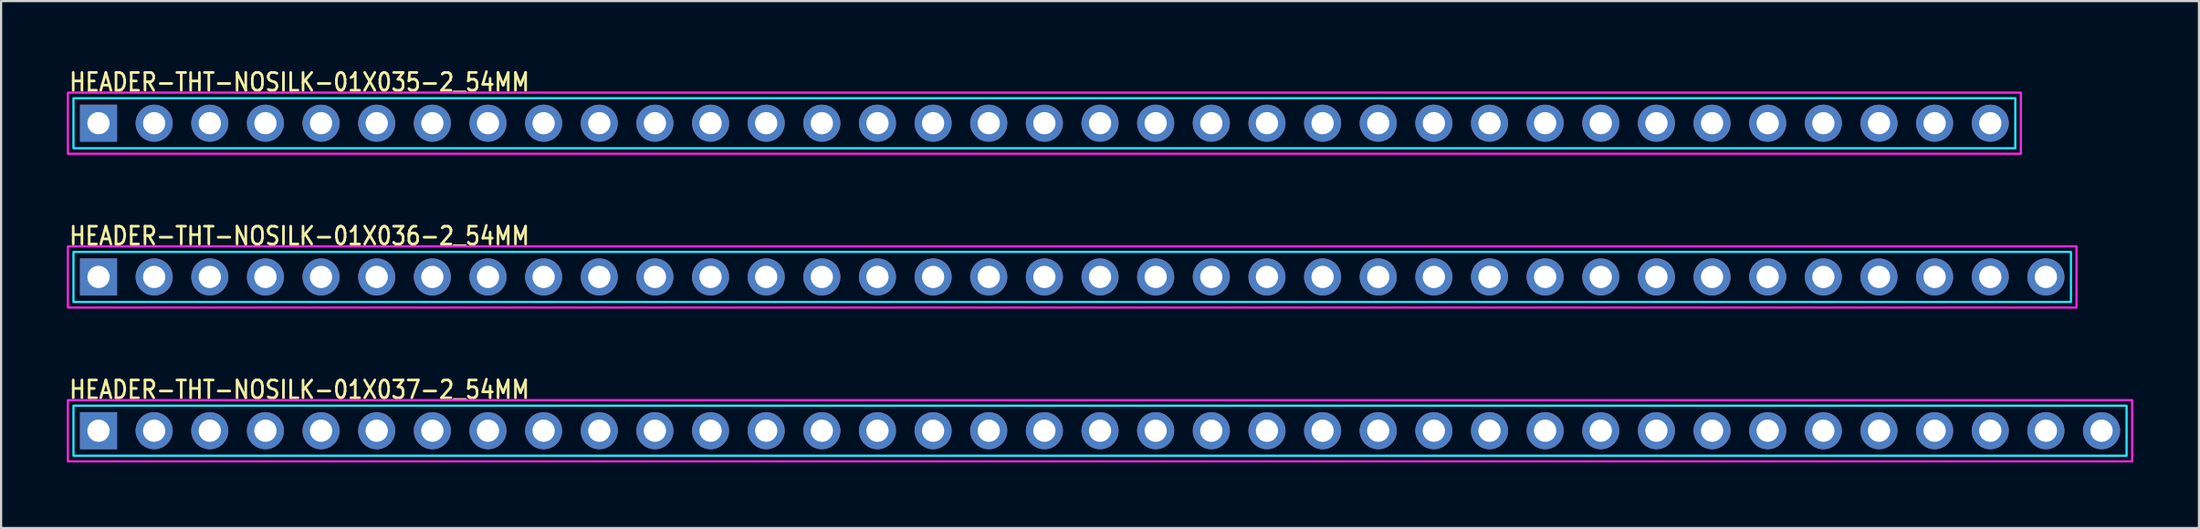
<source format=kicad_pcb>
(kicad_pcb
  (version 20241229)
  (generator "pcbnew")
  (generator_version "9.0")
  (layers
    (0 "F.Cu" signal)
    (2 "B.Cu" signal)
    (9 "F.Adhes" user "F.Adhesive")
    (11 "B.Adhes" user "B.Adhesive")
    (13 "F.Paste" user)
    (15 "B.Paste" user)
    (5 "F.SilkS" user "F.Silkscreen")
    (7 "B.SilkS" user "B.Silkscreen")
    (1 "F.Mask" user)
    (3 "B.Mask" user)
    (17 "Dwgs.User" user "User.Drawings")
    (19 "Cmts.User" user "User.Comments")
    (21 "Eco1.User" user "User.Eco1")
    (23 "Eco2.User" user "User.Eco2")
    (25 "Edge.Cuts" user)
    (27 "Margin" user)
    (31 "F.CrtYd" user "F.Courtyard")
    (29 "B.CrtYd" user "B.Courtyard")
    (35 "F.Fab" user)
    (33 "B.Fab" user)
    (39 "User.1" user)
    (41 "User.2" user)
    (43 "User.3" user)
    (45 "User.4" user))
  (footprint "HEADER-THT-NOSILK-01X036-2_54MM"
    (layer "F.Cu")
    (at 1.447 9.604)
    (property "Reference" "HEADER-THT-NOSILK-01X036-2_54MM" (at -1.4 -1.4 0) (unlocked yes) (layer "F.SilkS") (effects (font (size 0.813 0.695) (thickness 0.122)) (justify left bottom)))
    (fp_poly (pts (xy -1.143 -1.143) (xy 90.043 -1.143) (xy 90.043 1.143) (xy -1.143 1.143)) (stroke (width 0.1) (type solid)) (fill no) (layer "B.CrtYd"))
    (fp_poly (pts (xy -1.397 -1.397) (xy 90.297 -1.397) (xy 90.297 1.397) (xy -1.397 1.397)) (stroke (width 0.1) (type solid)) (fill no) (layer "F.CrtYd"))
    (pad "1" thru_hole rect (at 0 0) (size 1.693 1.693) (drill 1.016) (layers "*.Cu" "*.Mask"))
    (pad "2" thru_hole oval (at 2.54 0) (size 1.693 1.693) (drill 1.016) (layers "*.Cu" "*.Mask"))
    (pad "3" thru_hole oval (at 5.08 0) (size 1.693 1.693) (drill 1.016) (layers "*.Cu" "*.Mask"))
    (pad "4" thru_hole oval (at 7.62 0) (size 1.693 1.693) (drill 1.016) (layers "*.Cu" "*.Mask"))
    (pad "5" thru_hole oval (at 10.16 0) (size 1.693 1.693) (drill 1.016) (layers "*.Cu" "*.Mask"))
    (pad "6" thru_hole oval (at 12.7 0) (size 1.693 1.693) (drill 1.016) (layers "*.Cu" "*.Mask"))
    (pad "7" thru_hole oval (at 15.24 0) (size 1.693 1.693) (drill 1.016) (layers "*.Cu" "*.Mask"))
    (pad "8" thru_hole oval (at 17.78 0) (size 1.693 1.693) (drill 1.016) (layers "*.Cu" "*.Mask"))
    (pad "9" thru_hole oval (at 20.32 0) (size 1.693 1.693) (drill 1.016) (layers "*.Cu" "*.Mask"))
    (pad "10" thru_hole oval (at 22.86 0) (size 1.693 1.693) (drill 1.016) (layers "*.Cu" "*.Mask"))
    (pad "11" thru_hole oval (at 25.4 0) (size 1.693 1.693) (drill 1.016) (layers "*.Cu" "*.Mask"))
    (pad "12" thru_hole oval (at 27.94 0) (size 1.693 1.693) (drill 1.016) (layers "*.Cu" "*.Mask"))
    (pad "13" thru_hole oval (at 30.48 0) (size 1.693 1.693) (drill 1.016) (layers "*.Cu" "*.Mask"))
    (pad "14" thru_hole oval (at 33.02 0) (size 1.693 1.693) (drill 1.016) (layers "*.Cu" "*.Mask"))
    (pad "15" thru_hole oval (at 35.56 0) (size 1.693 1.693) (drill 1.016) (layers "*.Cu" "*.Mask"))
    (pad "16" thru_hole oval (at 38.1 0) (size 1.693 1.693) (drill 1.016) (layers "*.Cu" "*.Mask"))
    (pad "17" thru_hole oval (at 40.64 0) (size 1.693 1.693) (drill 1.016) (layers "*.Cu" "*.Mask"))
    (pad "18" thru_hole oval (at 43.18 0) (size 1.693 1.693) (drill 1.016) (layers "*.Cu" "*.Mask"))
    (pad "19" thru_hole oval (at 45.72 0) (size 1.693 1.693) (drill 1.016) (layers "*.Cu" "*.Mask"))
    (pad "20" thru_hole oval (at 48.26 0) (size 1.693 1.693) (drill 1.016) (layers "*.Cu" "*.Mask"))
    (pad "21" thru_hole oval (at 50.8 0) (size 1.693 1.693) (drill 1.016) (layers "*.Cu" "*.Mask"))
    (pad "22" thru_hole oval (at 53.34 0) (size 1.693 1.693) (drill 1.016) (layers "*.Cu" "*.Mask"))
    (pad "23" thru_hole oval (at 55.88 0) (size 1.693 1.693) (drill 1.016) (layers "*.Cu" "*.Mask"))
    (pad "24" thru_hole oval (at 58.42 0) (size 1.693 1.693) (drill 1.016) (layers "*.Cu" "*.Mask"))
    (pad "25" thru_hole oval (at 60.96 0) (size 1.693 1.693) (drill 1.016) (layers "*.Cu" "*.Mask"))
    (pad "26" thru_hole oval (at 63.5 0) (size 1.693 1.693) (drill 1.016) (layers "*.Cu" "*.Mask"))
    (pad "27" thru_hole oval (at 66.04 0) (size 1.693 1.693) (drill 1.016) (layers "*.Cu" "*.Mask"))
    (pad "28" thru_hole oval (at 68.58 0) (size 1.693 1.693) (drill 1.016) (layers "*.Cu" "*.Mask"))
    (pad "29" thru_hole oval (at 71.12 0) (size 1.693 1.693) (drill 1.016) (layers "*.Cu" "*.Mask"))
    (pad "30" thru_hole oval (at 73.66 0) (size 1.693 1.693) (drill 1.016) (layers "*.Cu" "*.Mask"))
    (pad "31" thru_hole oval (at 76.2 0) (size 1.693 1.693) (drill 1.016) (layers "*.Cu" "*.Mask"))
    (pad "32" thru_hole oval (at 78.74 0) (size 1.693 1.693) (drill 1.016) (layers "*.Cu" "*.Mask"))
    (pad "33" thru_hole oval (at 81.28 0) (size 1.693 1.693) (drill 1.016) (layers "*.Cu" "*.Mask"))
    (pad "34" thru_hole oval (at 83.82 0) (size 1.693 1.693) (drill 1.016) (layers "*.Cu" "*.Mask"))
    (pad "35" thru_hole oval (at 86.36 0) (size 1.693 1.693) (drill 1.016) (layers "*.Cu" "*.Mask"))
    (pad "36" thru_hole oval (at 88.9 0) (size 1.693 1.693) (drill 1.016) (layers "*.Cu" "*.Mask")))
  (footprint "HEADER-THT-NOSILK-01X035-2_54MM"
    (layer "F.Cu")
    (at 1.447 2.579)
    (property "Reference" "HEADER-THT-NOSILK-01X035-2_54MM" (at -1.4 -1.4 0) (unlocked yes) (layer "F.SilkS") (effects (font (size 0.813 0.695) (thickness 0.122)) (justify left bottom)))
    (fp_poly (pts (xy -1.143 -1.143) (xy 87.503 -1.143) (xy 87.503 1.143) (xy -1.143 1.143)) (stroke (width 0.1) (type solid)) (fill no) (layer "B.CrtYd"))
    (fp_poly (pts (xy -1.397 -1.397) (xy 87.757 -1.397) (xy 87.757 1.397) (xy -1.397 1.397)) (stroke (width 0.1) (type solid)) (fill no) (layer "F.CrtYd"))
    (pad "1" thru_hole rect (at 0 0) (size 1.693 1.693) (drill 1.016) (layers "*.Cu" "*.Mask"))
    (pad "2" thru_hole oval (at 2.54 0) (size 1.693 1.693) (drill 1.016) (layers "*.Cu" "*.Mask"))
    (pad "3" thru_hole oval (at 5.08 0) (size 1.693 1.693) (drill 1.016) (layers "*.Cu" "*.Mask"))
    (pad "4" thru_hole oval (at 7.62 0) (size 1.693 1.693) (drill 1.016) (layers "*.Cu" "*.Mask"))
    (pad "5" thru_hole oval (at 10.16 0) (size 1.693 1.693) (drill 1.016) (layers "*.Cu" "*.Mask"))
    (pad "6" thru_hole oval (at 12.7 0) (size 1.693 1.693) (drill 1.016) (layers "*.Cu" "*.Mask"))
    (pad "7" thru_hole oval (at 15.24 0) (size 1.693 1.693) (drill 1.016) (layers "*.Cu" "*.Mask"))
    (pad "8" thru_hole oval (at 17.78 0) (size 1.693 1.693) (drill 1.016) (layers "*.Cu" "*.Mask"))
    (pad "9" thru_hole oval (at 20.32 0) (size 1.693 1.693) (drill 1.016) (layers "*.Cu" "*.Mask"))
    (pad "10" thru_hole oval (at 22.86 0) (size 1.693 1.693) (drill 1.016) (layers "*.Cu" "*.Mask"))
    (pad "11" thru_hole oval (at 25.4 0) (size 1.693 1.693) (drill 1.016) (layers "*.Cu" "*.Mask"))
    (pad "12" thru_hole oval (at 27.94 0) (size 1.693 1.693) (drill 1.016) (layers "*.Cu" "*.Mask"))
    (pad "13" thru_hole oval (at 30.48 0) (size 1.693 1.693) (drill 1.016) (layers "*.Cu" "*.Mask"))
    (pad "14" thru_hole oval (at 33.02 0) (size 1.693 1.693) (drill 1.016) (layers "*.Cu" "*.Mask"))
    (pad "15" thru_hole oval (at 35.56 0) (size 1.693 1.693) (drill 1.016) (layers "*.Cu" "*.Mask"))
    (pad "16" thru_hole oval (at 38.1 0) (size 1.693 1.693) (drill 1.016) (layers "*.Cu" "*.Mask"))
    (pad "17" thru_hole oval (at 40.64 0) (size 1.693 1.693) (drill 1.016) (layers "*.Cu" "*.Mask"))
    (pad "18" thru_hole oval (at 43.18 0) (size 1.693 1.693) (drill 1.016) (layers "*.Cu" "*.Mask"))
    (pad "19" thru_hole oval (at 45.72 0) (size 1.693 1.693) (drill 1.016) (layers "*.Cu" "*.Mask"))
    (pad "20" thru_hole oval (at 48.26 0) (size 1.693 1.693) (drill 1.016) (layers "*.Cu" "*.Mask"))
    (pad "21" thru_hole oval (at 50.8 0) (size 1.693 1.693) (drill 1.016) (layers "*.Cu" "*.Mask"))
    (pad "22" thru_hole oval (at 53.34 0) (size 1.693 1.693) (drill 1.016) (layers "*.Cu" "*.Mask"))
    (pad "23" thru_hole oval (at 55.88 0) (size 1.693 1.693) (drill 1.016) (layers "*.Cu" "*.Mask"))
    (pad "24" thru_hole oval (at 58.42 0) (size 1.693 1.693) (drill 1.016) (layers "*.Cu" "*.Mask"))
    (pad "25" thru_hole oval (at 60.96 0) (size 1.693 1.693) (drill 1.016) (layers "*.Cu" "*.Mask"))
    (pad "26" thru_hole oval (at 63.5 0) (size 1.693 1.693) (drill 1.016) (layers "*.Cu" "*.Mask"))
    (pad "27" thru_hole oval (at 66.04 0) (size 1.693 1.693) (drill 1.016) (layers "*.Cu" "*.Mask"))
    (pad "28" thru_hole oval (at 68.58 0) (size 1.693 1.693) (drill 1.016) (layers "*.Cu" "*.Mask"))
    (pad "29" thru_hole oval (at 71.12 0) (size 1.693 1.693) (drill 1.016) (layers "*.Cu" "*.Mask"))
    (pad "30" thru_hole oval (at 73.66 0) (size 1.693 1.693) (drill 1.016) (layers "*.Cu" "*.Mask"))
    (pad "31" thru_hole oval (at 76.2 0) (size 1.693 1.693) (drill 1.016) (layers "*.Cu" "*.Mask"))
    (pad "32" thru_hole oval (at 78.74 0) (size 1.693 1.693) (drill 1.016) (layers "*.Cu" "*.Mask"))
    (pad "33" thru_hole oval (at 81.28 0) (size 1.693 1.693) (drill 1.016) (layers "*.Cu" "*.Mask"))
    (pad "34" thru_hole oval (at 83.82 0) (size 1.693 1.693) (drill 1.016) (layers "*.Cu" "*.Mask"))
    (pad "35" thru_hole oval (at 86.36 0) (size 1.693 1.693) (drill 1.016) (layers "*.Cu" "*.Mask")))
  (footprint "HEADER-THT-NOSILK-01X037-2_54MM"
    (layer "F.Cu")
    (at 1.447 16.63)
    (property "Reference" "HEADER-THT-NOSILK-01X037-2_54MM" (at -1.4 -1.4 0) (unlocked yes) (layer "F.SilkS") (effects (font (size 0.813 0.695) (thickness 0.122)) (justify left bottom)))
    (fp_poly (pts (xy -1.143 -1.143) (xy 92.583 -1.143) (xy 92.583 1.143) (xy -1.143 1.143)) (stroke (width 0.1) (type solid)) (fill no) (layer "B.CrtYd"))
    (fp_poly (pts (xy -1.397 -1.397) (xy 92.837 -1.397) (xy 92.837 1.397) (xy -1.397 1.397)) (stroke (width 0.1) (type solid)) (fill no) (layer "F.CrtYd"))
    (pad "1" thru_hole rect (at 0 0) (size 1.693 1.693) (drill 1.016) (layers "*.Cu" "*.Mask"))
    (pad "2" thru_hole oval (at 2.54 0) (size 1.693 1.693) (drill 1.016) (layers "*.Cu" "*.Mask"))
    (pad "3" thru_hole oval (at 5.08 0) (size 1.693 1.693) (drill 1.016) (layers "*.Cu" "*.Mask"))
    (pad "4" thru_hole oval (at 7.62 0) (size 1.693 1.693) (drill 1.016) (layers "*.Cu" "*.Mask"))
    (pad "5" thru_hole oval (at 10.16 0) (size 1.693 1.693) (drill 1.016) (layers "*.Cu" "*.Mask"))
    (pad "6" thru_hole oval (at 12.7 0) (size 1.693 1.693) (drill 1.016) (layers "*.Cu" "*.Mask"))
    (pad "7" thru_hole oval (at 15.24 0) (size 1.693 1.693) (drill 1.016) (layers "*.Cu" "*.Mask"))
    (pad "8" thru_hole oval (at 17.78 0) (size 1.693 1.693) (drill 1.016) (layers "*.Cu" "*.Mask"))
    (pad "9" thru_hole oval (at 20.32 0) (size 1.693 1.693) (drill 1.016) (layers "*.Cu" "*.Mask"))
    (pad "10" thru_hole oval (at 22.86 0) (size 1.693 1.693) (drill 1.016) (layers "*.Cu" "*.Mask"))
    (pad "11" thru_hole oval (at 25.4 0) (size 1.693 1.693) (drill 1.016) (layers "*.Cu" "*.Mask"))
    (pad "12" thru_hole oval (at 27.94 0) (size 1.693 1.693) (drill 1.016) (layers "*.Cu" "*.Mask"))
    (pad "13" thru_hole oval (at 30.48 0) (size 1.693 1.693) (drill 1.016) (layers "*.Cu" "*.Mask"))
    (pad "14" thru_hole oval (at 33.02 0) (size 1.693 1.693) (drill 1.016) (layers "*.Cu" "*.Mask"))
    (pad "15" thru_hole oval (at 35.56 0) (size 1.693 1.693) (drill 1.016) (layers "*.Cu" "*.Mask"))
    (pad "16" thru_hole oval (at 38.1 0) (size 1.693 1.693) (drill 1.016) (layers "*.Cu" "*.Mask"))
    (pad "17" thru_hole oval (at 40.64 0) (size 1.693 1.693) (drill 1.016) (layers "*.Cu" "*.Mask"))
    (pad "18" thru_hole oval (at 43.18 0) (size 1.693 1.693) (drill 1.016) (layers "*.Cu" "*.Mask"))
    (pad "19" thru_hole oval (at 45.72 0) (size 1.693 1.693) (drill 1.016) (layers "*.Cu" "*.Mask"))
    (pad "20" thru_hole oval (at 48.26 0) (size 1.693 1.693) (drill 1.016) (layers "*.Cu" "*.Mask"))
    (pad "21" thru_hole oval (at 50.8 0) (size 1.693 1.693) (drill 1.016) (layers "*.Cu" "*.Mask"))
    (pad "22" thru_hole oval (at 53.34 0) (size 1.693 1.693) (drill 1.016) (layers "*.Cu" "*.Mask"))
    (pad "23" thru_hole oval (at 55.88 0) (size 1.693 1.693) (drill 1.016) (layers "*.Cu" "*.Mask"))
    (pad "24" thru_hole oval (at 58.42 0) (size 1.693 1.693) (drill 1.016) (layers "*.Cu" "*.Mask"))
    (pad "25" thru_hole oval (at 60.96 0) (size 1.693 1.693) (drill 1.016) (layers "*.Cu" "*.Mask"))
    (pad "26" thru_hole oval (at 63.5 0) (size 1.693 1.693) (drill 1.016) (layers "*.Cu" "*.Mask"))
    (pad "27" thru_hole oval (at 66.04 0) (size 1.693 1.693) (drill 1.016) (layers "*.Cu" "*.Mask"))
    (pad "28" thru_hole oval (at 68.58 0) (size 1.693 1.693) (drill 1.016) (layers "*.Cu" "*.Mask"))
    (pad "29" thru_hole oval (at 71.12 0) (size 1.693 1.693) (drill 1.016) (layers "*.Cu" "*.Mask"))
    (pad "30" thru_hole oval (at 73.66 0) (size 1.693 1.693) (drill 1.016) (layers "*.Cu" "*.Mask"))
    (pad "31" thru_hole oval (at 76.2 0) (size 1.693 1.693) (drill 1.016) (layers "*.Cu" "*.Mask"))
    (pad "32" thru_hole oval (at 78.74 0) (size 1.693 1.693) (drill 1.016) (layers "*.Cu" "*.Mask"))
    (pad "33" thru_hole oval (at 81.28 0) (size 1.693 1.693) (drill 1.016) (layers "*.Cu" "*.Mask"))
    (pad "34" thru_hole oval (at 83.82 0) (size 1.693 1.693) (drill 1.016) (layers "*.Cu" "*.Mask"))
    (pad "35" thru_hole oval (at 86.36 0) (size 1.693 1.693) (drill 1.016) (layers "*.Cu" "*.Mask"))
    (pad "36" thru_hole oval (at 88.9 0) (size 1.693 1.693) (drill 1.016) (layers "*.Cu" "*.Mask"))
    (pad "37" thru_hole oval (at 91.44 0) (size 1.693 1.693) (drill 1.016) (layers "*.Cu" "*.Mask")))
  (gr_rect
    (start -3 -3)
    (end 97.334 21.077)
    (stroke (width 0.1) (type default))
    (fill no)
    (layer "Edge.Cuts")))
</source>
